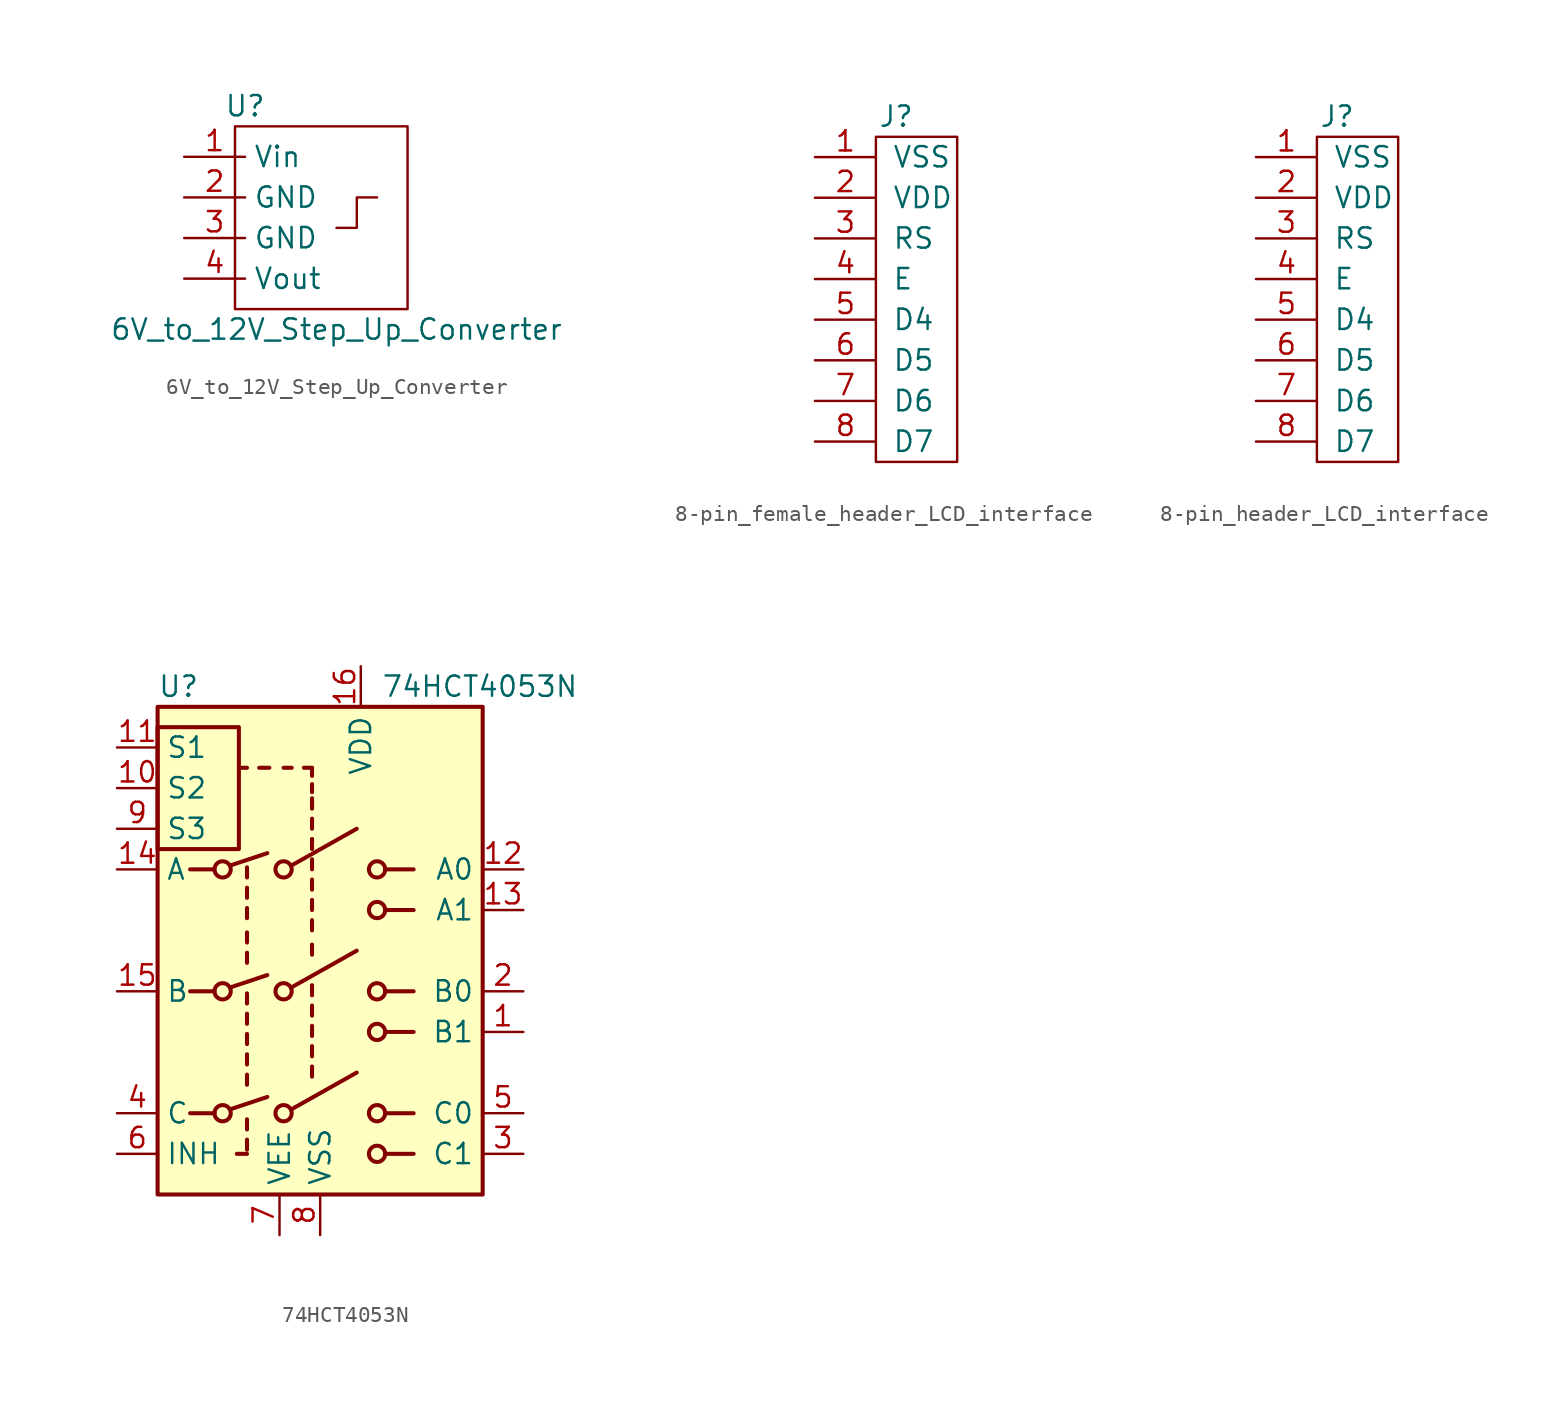
<source format=kicad_sym>
(kicad_symbol_lib
  (version 20231120)
  (generator "kicad_symbol_editor")
  (generator_version "8.0")
  (symbol "6V_to_12V_Step_Up_Converter"
    (property "Reference" "U"
      (at 3.81 3.175 0)
      (effects (font (size 1.27 1.27))))
    (property "Value" "6V_to_12V_Step_Up_Converter"
      (at 9.525 -10.795 0)
      (effects (font (size 1.27 1.27))))
    (symbol "6V_to_12V_Step_Up_Converter_0_1"
      (polyline (pts (xy 9.525 -4.445) (xy 10.795 -4.445) (xy 10.795 -2.54) (xy 12.065 -2.54)) (stroke (width 0.152) (type default)) (fill (type none)))
      (polyline (pts (xy 3.175 1.905) (xy 13.97 1.905) (xy 13.97 -9.525) (xy 3.175 -9.525) (xy 3.175 1.905)) (stroke (width 0.152) (type default)) (fill (type none))))
    (symbol "6V_to_12V_Step_Up_Converter_1_1"
      (pin power_in line (at 0 0 0) (length 3.81) (name "Vin" (effects (font (size 1.27 1.27)))) (number "1" (effects (font (size 1.27 1.27)))))
      (pin power_in line (at 0 -2.54 0) (length 3.81) (name "GND" (effects (font (size 1.27 1.27)))) (number "2" (effects (font (size 1.27 1.27)))))
      (pin power_out line (at 0 -5.08 0) (length 3.81) (name "GND" (effects (font (size 1.27 1.27)))) (number "3" (effects (font (size 1.27 1.27)))))
      (pin power_out line (at 0 -7.62 0) (length 3.81) (name "Vout" (effects (font (size 1.27 1.27)))) (number "4" (effects (font (size 1.27 1.27)))))))
  (symbol "8-pin_female_header_LCD_interface"
    (pin_names
      (offset 1.016))
    (property "Reference" "J"
      (at 0 10.16 0)
      (effects (font (size 1.27 1.27))))
    (symbol "8-pin_female_header_LCD_interface_0_1"
      (rectangle (start -1.27 8.89) (end 3.81 -11.43) (stroke (width 0) (type default)) (fill (type none))))
    (symbol "8-pin_female_header_LCD_interface_1_1"
      (pin input line (at -5.08 7.62 0) (length 3.81) (name "VSS" (effects (font (size 1.27 1.27)))) (number "1" (effects (font (size 1.27 1.27)))))
      (pin input line (at -5.08 5.08 0) (length 3.81) (name "VDD" (effects (font (size 1.27 1.27)))) (number "2" (effects (font (size 1.27 1.27)))))
      (pin input line (at -5.08 2.54 0) (length 3.81) (name "RS" (effects (font (size 1.27 1.27)))) (number "3" (effects (font (size 1.27 1.27)))))
      (pin input line (at -5.08 0 0) (length 3.81) (name "E" (effects (font (size 1.27 1.27)))) (number "4" (effects (font (size 1.27 1.27)))))
      (pin input line (at -5.08 -2.54 0) (length 3.81) (name "D4" (effects (font (size 1.27 1.27)))) (number "5" (effects (font (size 1.27 1.27)))))
      (pin input line (at -5.08 -5.08 0) (length 3.81) (name "D5" (effects (font (size 1.27 1.27)))) (number "6" (effects (font (size 1.27 1.27)))))
      (pin input line (at -5.08 -7.62 0) (length 3.81) (name "D6" (effects (font (size 1.27 1.27)))) (number "7" (effects (font (size 1.27 1.27)))))
      (pin input line (at -5.08 -10.16 0) (length 3.81) (name "D7" (effects (font (size 1.27 1.27)))) (number "8" (effects (font (size 1.27 1.27)))))))
  (symbol "8-pin_header_LCD_interface"
    (pin_names
      (offset 1.016))
    (property "Reference" "J"
      (at 0 10.16 0)
      (effects (font (size 1.27 1.27))))
    (symbol "8-pin_header_LCD_interface_0_1"
      (rectangle (start -1.27 8.89) (end 3.81 -11.43) (stroke (width 0) (type default)) (fill (type none))))
    (symbol "8-pin_header_LCD_interface_1_1"
      (pin input line (at -5.08 7.62 0) (length 3.81) (name "VSS" (effects (font (size 1.27 1.27)))) (number "1" (effects (font (size 1.27 1.27)))))
      (pin input line (at -5.08 5.08 0) (length 3.81) (name "VDD" (effects (font (size 1.27 1.27)))) (number "2" (effects (font (size 1.27 1.27)))))
      (pin input line (at -5.08 2.54 0) (length 3.81) (name "RS" (effects (font (size 1.27 1.27)))) (number "3" (effects (font (size 1.27 1.27)))))
      (pin input line (at -5.08 0 0) (length 3.81) (name "E" (effects (font (size 1.27 1.27)))) (number "4" (effects (font (size 1.27 1.27)))))
      (pin input line (at -5.08 -2.54 0) (length 3.81) (name "D4" (effects (font (size 1.27 1.27)))) (number "5" (effects (font (size 1.27 1.27)))))
      (pin input line (at -5.08 -5.08 0) (length 3.81) (name "D5" (effects (font (size 1.27 1.27)))) (number "6" (effects (font (size 1.27 1.27)))))
      (pin input line (at -5.08 -7.62 0) (length 3.81) (name "D6" (effects (font (size 1.27 1.27)))) (number "7" (effects (font (size 1.27 1.27)))))
      (pin input line (at -5.08 -10.16 0) (length 3.81) (name "D7" (effects (font (size 1.27 1.27)))) (number "8" (effects (font (size 1.27 1.27)))))))
  (symbol "74HCT4053N"
    (property "Reference" "U"
      (at -10.16 16.51 0)
      (effects (font (size 1.27 1.27)) (justify left)))
    (property "Value" "74HCT4053N"
      (at 3.81 16.51 0)
      (effects (font (size 1.27 1.27)) (justify left)))
    (symbol "74HCT4053N_0_1"
      (rectangle (start -10.16 6.35) (end -5.08 13.97) (stroke (width 0.254) (type default)) (fill (type none)))
      (rectangle (start -10.16 15.24) (end 10.16 -15.24) (stroke (width 0.254) (type default)) (fill (type background)))
      (circle (center -6.096 -10.16) (radius 0.508) (stroke (width 0.254) (type default)) (fill (type none)))
      (circle (center -6.096 -2.54) (radius 0.508) (stroke (width 0.254) (type default)) (fill (type none)))
      (circle (center -6.096 5.08) (radius 0.508) (stroke (width 0.254) (type default)) (fill (type none)))
      (circle (center -2.286 -10.16) (radius 0.508) (stroke (width 0.254) (type default)) (fill (type none)))
      (circle (center -2.286 -2.54) (radius 0.508) (stroke (width 0.254) (type default)) (fill (type none)))
      (circle (center -2.286 5.08) (radius 0.508) (stroke (width 0.254) (type default)) (fill (type none)))
      (polyline (pts (xy -8.128 -10.16) (xy -6.604 -10.16)) (stroke (width 0.254) (type default)) (fill (type none)))
      (polyline (pts (xy -8.128 -2.54) (xy -6.604 -2.54)) (stroke (width 0.254) (type default)) (fill (type none)))
      (polyline (pts (xy -8.128 5.08) (xy -6.604 5.08)) (stroke (width 0.254) (type default)) (fill (type none)))
      (polyline (pts (xy -5.588 -9.906) (xy -3.302 -9.144)) (stroke (width 0.254) (type default)) (fill (type none)))
      (polyline (pts (xy -5.588 -2.286) (xy -3.302 -1.524)) (stroke (width 0.254) (type default)) (fill (type none)))
      (polyline (pts (xy -5.588 5.334) (xy -3.302 6.096)) (stroke (width 0.254) (type default)) (fill (type none)))
      (polyline (pts (xy -4.572 -12.7) (xy -5.207 -12.7)) (stroke (width 0.254) (type default)) (fill (type none)))
      (polyline (pts (xy -4.572 -12.446) (xy -4.572 -11.811)) (stroke (width 0.254) (type default)) (fill (type none)))
      (polyline (pts (xy -4.572 -11.176) (xy -4.572 -10.541)) (stroke (width 0.254) (type default)) (fill (type none)))
      (polyline (pts (xy -4.572 -8.382) (xy -4.572 -7.747)) (stroke (width 0.254) (type default)) (fill (type none)))
      (polyline (pts (xy -4.572 -7.112) (xy -4.572 -6.477)) (stroke (width 0.254) (type default)) (fill (type none)))
      (polyline (pts (xy -4.572 -5.842) (xy -4.572 -5.207)) (stroke (width 0.254) (type default)) (fill (type none)))
      (polyline (pts (xy -4.572 -4.572) (xy -4.572 -3.937)) (stroke (width 0.254) (type default)) (fill (type none)))
      (polyline (pts (xy -4.572 -3.302) (xy -4.572 -2.667)) (stroke (width 0.254) (type default)) (fill (type none)))
      (polyline (pts (xy -4.572 -0.762) (xy -4.572 -0.127)) (stroke (width 0.254) (type default)) (fill (type none)))
      (polyline (pts (xy -4.572 0.508) (xy -4.572 1.143)) (stroke (width 0.254) (type default)) (fill (type none)))
      (polyline (pts (xy -4.572 2.032) (xy -4.572 2.667)) (stroke (width 0.254) (type default)) (fill (type none)))
      (polyline (pts (xy -4.572 3.302) (xy -4.572 3.937)) (stroke (width 0.254) (type default)) (fill (type none)))
      (polyline (pts (xy -4.572 4.572) (xy -4.572 5.207)) (stroke (width 0.254) (type default)) (fill (type none)))
      (polyline (pts (xy -4.572 11.43) (xy -5.08 11.43)) (stroke (width 0.254) (type default)) (fill (type none)))
      (polyline (pts (xy -3.81 11.43) (xy -3.175 11.43)) (stroke (width 0.254) (type default)) (fill (type none)))
      (polyline (pts (xy -1.778 -9.906) (xy 2.286 -7.62)) (stroke (width 0.254) (type default)) (fill (type none)))
      (polyline (pts (xy -1.778 -2.286) (xy 2.286 0)) (stroke (width 0.254) (type default)) (fill (type none)))
      (polyline (pts (xy -1.778 5.334) (xy 2.286 7.62)) (stroke (width 0.254) (type default)) (fill (type none)))
      (polyline (pts (xy -1.778 11.43) (xy -2.286 11.43)) (stroke (width 0.254) (type default)) (fill (type none)))
      (polyline (pts (xy -0.508 -7.874) (xy -0.508 -7.239)) (stroke (width 0.254) (type default)) (fill (type none)))
      (polyline (pts (xy -0.508 -6.604) (xy -0.508 -5.969)) (stroke (width 0.254) (type default)) (fill (type none)))
      (polyline (pts (xy -0.508 -5.334) (xy -0.508 -4.699)) (stroke (width 0.254) (type default)) (fill (type none)))
      (polyline (pts (xy -0.508 -4.064) (xy -0.508 -3.429)) (stroke (width 0.254) (type default)) (fill (type none)))
      (polyline (pts (xy -0.508 -2.794) (xy -0.508 -2.159)) (stroke (width 0.254) (type default)) (fill (type none)))
      (polyline (pts (xy -0.508 -0.254) (xy -0.508 0.381)) (stroke (width 0.254) (type default)) (fill (type none)))
      (polyline (pts (xy -0.508 1.27) (xy -0.508 1.905)) (stroke (width 0.254) (type default)) (fill (type none)))
      (polyline (pts (xy -0.508 2.54) (xy -0.508 3.175)) (stroke (width 0.254) (type default)) (fill (type none)))
      (polyline (pts (xy -0.508 3.81) (xy -0.508 4.445)) (stroke (width 0.254) (type default)) (fill (type none)))
      (polyline (pts (xy -0.508 5.08) (xy -0.508 5.715)) (stroke (width 0.254) (type default)) (fill (type none)))
      (polyline (pts (xy -0.508 6.35) (xy -0.508 6.985)) (stroke (width 0.254) (type default)) (fill (type none)))
      (polyline (pts (xy -0.508 7.62) (xy -0.508 8.255)) (stroke (width 0.254) (type default)) (fill (type none)))
      (polyline (pts (xy -0.508 8.89) (xy -0.508 9.398)) (stroke (width 0.254) (type default)) (fill (type none)))
      (polyline (pts (xy -0.508 8.89) (xy -0.508 9.525)) (stroke (width 0.254) (type default)) (fill (type none)))
      (polyline (pts (xy -0.508 9.906) (xy -0.508 10.414)) (stroke (width 0.254) (type default)) (fill (type none)))
      (polyline (pts (xy -0.508 10.922) (xy -0.508 11.43)) (stroke (width 0.254) (type default)) (fill (type none)))
      (polyline (pts (xy -0.508 11.43) (xy -1.016 11.43)) (stroke (width 0.254) (type default)) (fill (type none)))
      (polyline (pts (xy 4.064 -12.7) (xy 5.842 -12.7)) (stroke (width 0.254) (type default)) (fill (type none)))
      (polyline (pts (xy 4.064 -10.16) (xy 5.842 -10.16)) (stroke (width 0.254) (type default)) (fill (type none)))
      (polyline (pts (xy 4.064 -5.08) (xy 5.842 -5.08)) (stroke (width 0.254) (type default)) (fill (type none)))
      (polyline (pts (xy 4.064 -2.54) (xy 5.842 -2.54)) (stroke (width 0.254) (type default)) (fill (type none)))
      (polyline (pts (xy 4.064 2.54) (xy 5.842 2.54)) (stroke (width 0.254) (type default)) (fill (type none)))
      (polyline (pts (xy 4.064 5.08) (xy 5.842 5.08)) (stroke (width 0.254) (type default)) (fill (type none)))
      (circle (center 3.556 -12.7) (radius 0.508) (stroke (width 0.254) (type default)) (fill (type none)))
      (circle (center 3.556 -10.16) (radius 0.508) (stroke (width 0.254) (type default)) (fill (type none)))
      (circle (center 3.556 -5.08) (radius 0.508) (stroke (width 0.254) (type default)) (fill (type none)))
      (circle (center 3.556 -2.54) (radius 0.508) (stroke (width 0.254) (type default)) (fill (type none)))
      (circle (center 3.556 2.54) (radius 0.508) (stroke (width 0.254) (type default)) (fill (type none)))
      (circle (center 3.556 5.08) (radius 0.508) (stroke (width 0.254) (type default)) (fill (type none))))
    (symbol "74HCT4053N_1_1"
      (pin bidirectional line (at 12.7 -5.08 180) (length 2.54) (name "B1" (effects (font (size 1.27 1.27)))) (number "1" (effects (font (size 1.27 1.27)))))
      (pin input line (at -12.7 10.16 0) (length 2.54) (name "S2" (effects (font (size 1.27 1.27)))) (number "10" (effects (font (size 1.27 1.27)))))
      (pin input line (at -12.7 12.7 0) (length 2.54) (name "S1" (effects (font (size 1.27 1.27)))) (number "11" (effects (font (size 1.27 1.27)))))
      (pin bidirectional line (at 12.7 5.08 180) (length 2.54) (name "A0" (effects (font (size 1.27 1.27)))) (number "12" (effects (font (size 1.27 1.27)))))
      (pin bidirectional line (at 12.7 2.54 180) (length 2.54) (name "A1" (effects (font (size 1.27 1.27)))) (number "13" (effects (font (size 1.27 1.27)))))
      (pin bidirectional line (at -12.7 5.08 0) (length 2.54) (name "A" (effects (font (size 1.27 1.27)))) (number "14" (effects (font (size 1.27 1.27)))))
      (pin bidirectional line (at -12.7 -2.54 0) (length 2.54) (name "B" (effects (font (size 1.27 1.27)))) (number "15" (effects (font (size 1.27 1.27)))))
      (pin power_in line (at 2.54 17.78 270) (length 2.54) (name "VDD" (effects (font (size 1.27 1.27)))) (number "16" (effects (font (size 1.27 1.27)))))
      (pin bidirectional line (at 12.7 -2.54 180) (length 2.54) (name "B0" (effects (font (size 1.27 1.27)))) (number "2" (effects (font (size 1.27 1.27)))))
      (pin bidirectional line (at 12.7 -12.7 180) (length 2.54) (name "C1" (effects (font (size 1.27 1.27)))) (number "3" (effects (font (size 1.27 1.27)))))
      (pin bidirectional line (at -12.7 -10.16 0) (length 2.54) (name "C" (effects (font (size 1.27 1.27)))) (number "4" (effects (font (size 1.27 1.27)))))
      (pin bidirectional line (at 12.7 -10.16 180) (length 2.54) (name "C0" (effects (font (size 1.27 1.27)))) (number "5" (effects (font (size 1.27 1.27)))))
      (pin input line (at -12.7 -12.7 0) (length 2.54) (name "INH" (effects (font (size 1.27 1.27)))) (number "6" (effects (font (size 1.27 1.27)))))
      (pin power_in line (at -2.54 -17.78 90) (length 2.54) (name "VEE" (effects (font (size 1.27 1.27)))) (number "7" (effects (font (size 1.27 1.27)))))
      (pin power_in line (at 0 -17.78 90) (length 2.54) (name "VSS" (effects (font (size 1.27 1.27)))) (number "8" (effects (font (size 1.27 1.27)))))
      (pin input line (at -12.7 7.62 0) (length 2.54) (name "S3" (effects (font (size 1.27 1.27)))) (number "9" (effects (font (size 1.27 1.27))))))))
</source>
